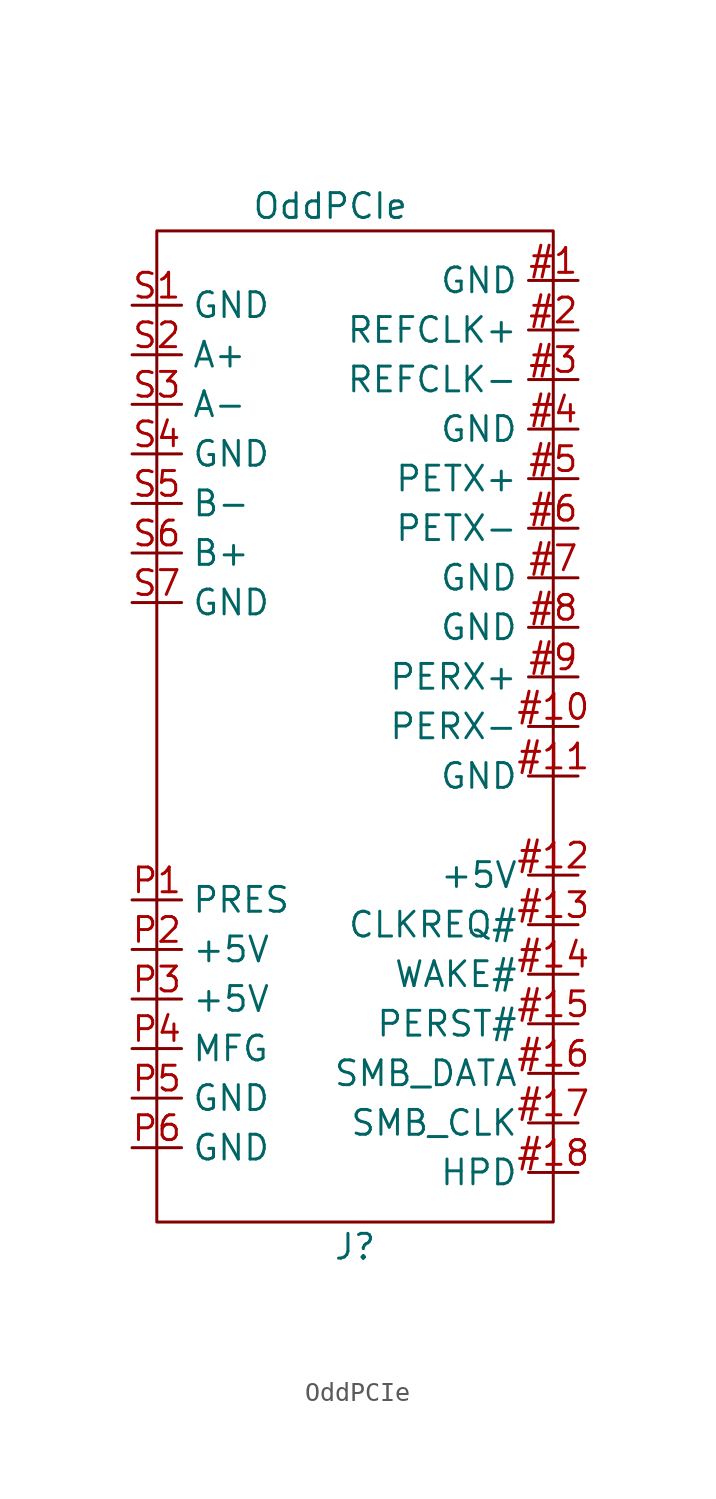
<source format=kicad_sym>
(kicad_symbol_lib
  (version 20211014)
  (generator kicad_symbol_editor)
  (symbol "OddPCIe"
    (property "Reference" "J"
      (at 0 -27.94 0)
      (effects (font (size 1.27 1.27))))
    (property "Value" "OddPCIe"
      (at -1.27 25.4 0)
      (effects (font (size 1.27 1.27))))
    (symbol "OddPCIe_0_1"
      (rectangle (start -10.16 24.13) (end 10.16 -26.67) (stroke (width 0) (type default) (color 0 0 0 0)) (fill (type none))))
    (symbol "OddPCIe_1_1"
      (pin input line (at 11.43 21.59 180) (length 2.54) (name "GND" (effects (font (size 1.27 1.27)))) (number "#1" (effects (font (size 1.27 1.27)))))
      (pin input line (at 11.43 -1.27 180) (length 2.54) (name "PERX-" (effects (font (size 1.27 1.27)))) (number "#10" (effects (font (size 1.27 1.27)))))
      (pin input line (at 11.43 -3.81 180) (length 2.54) (name "GND" (effects (font (size 1.27 1.27)))) (number "#11" (effects (font (size 1.27 1.27)))))
      (pin input line (at 11.43 -8.89 180) (length 2.54) (name "+5V" (effects (font (size 1.27 1.27)))) (number "#12" (effects (font (size 1.27 1.27)))))
      (pin input line (at 11.43 -11.43 180) (length 2.54) (name "CLKREQ#" (effects (font (size 1.27 1.27)))) (number "#13" (effects (font (size 1.27 1.27)))))
      (pin input line (at 11.43 -13.97 180) (length 2.54) (name "WAKE#" (effects (font (size 1.27 1.27)))) (number "#14" (effects (font (size 1.27 1.27)))))
      (pin input line (at 11.43 -16.51 180) (length 2.54) (name "PERST#" (effects (font (size 1.27 1.27)))) (number "#15" (effects (font (size 1.27 1.27)))))
      (pin input line (at 11.43 -19.05 180) (length 2.54) (name "SMB_DATA" (effects (font (size 1.27 1.27)))) (number "#16" (effects (font (size 1.27 1.27)))))
      (pin input line (at 11.43 -21.59 180) (length 2.54) (name "SMB_CLK" (effects (font (size 1.27 1.27)))) (number "#17" (effects (font (size 1.27 1.27)))))
      (pin input line (at 11.43 -24.13 180) (length 2.54) (name "HPD" (effects (font (size 1.27 1.27)))) (number "#18" (effects (font (size 1.27 1.27)))))
      (pin input line (at 11.43 19.05 180) (length 2.54) (name "REFCLK+" (effects (font (size 1.27 1.27)))) (number "#2" (effects (font (size 1.27 1.27)))))
      (pin input line (at 11.43 16.51 180) (length 2.54) (name "REFCLK-" (effects (font (size 1.27 1.27)))) (number "#3" (effects (font (size 1.27 1.27)))))
      (pin input line (at 11.43 13.97 180) (length 2.54) (name "GND" (effects (font (size 1.27 1.27)))) (number "#4" (effects (font (size 1.27 1.27)))))
      (pin input line (at 11.43 11.43 180) (length 2.54) (name "PETX+" (effects (font (size 1.27 1.27)))) (number "#5" (effects (font (size 1.27 1.27)))))
      (pin input line (at 11.43 8.89 180) (length 2.54) (name "PETX-" (effects (font (size 1.27 1.27)))) (number "#6" (effects (font (size 1.27 1.27)))))
      (pin input line (at 11.43 6.35 180) (length 2.54) (name "GND" (effects (font (size 1.27 1.27)))) (number "#7" (effects (font (size 1.27 1.27)))))
      (pin input line (at 11.43 3.81 180) (length 2.54) (name "GND" (effects (font (size 1.27 1.27)))) (number "#8" (effects (font (size 1.27 1.27)))))
      (pin input line (at 11.43 1.27 180) (length 2.54) (name "PERX+" (effects (font (size 1.27 1.27)))) (number "#9" (effects (font (size 1.27 1.27)))))
      (pin input line (at -11.43 -10.16 0) (length 2.54) (name "PRES" (effects (font (size 1.27 1.27)))) (number "P1" (effects (font (size 1.27 1.27)))))
      (pin input line (at -11.43 -12.7 0) (length 2.54) (name "+5V" (effects (font (size 1.27 1.27)))) (number "P2" (effects (font (size 1.27 1.27)))))
      (pin input line (at -11.43 -15.24 0) (length 2.54) (name "+5V" (effects (font (size 1.27 1.27)))) (number "P3" (effects (font (size 1.27 1.27)))))
      (pin input line (at -11.43 -17.78 0) (length 2.54) (name "MFG" (effects (font (size 1.27 1.27)))) (number "P4" (effects (font (size 1.27 1.27)))))
      (pin input line (at -11.43 -20.32 0) (length 2.54) (name "GND" (effects (font (size 1.27 1.27)))) (number "P5" (effects (font (size 1.27 1.27)))))
      (pin input line (at -11.43 -22.86 0) (length 2.54) (name "GND" (effects (font (size 1.27 1.27)))) (number "P6" (effects (font (size 1.27 1.27)))))
      (pin input line (at -11.43 20.32 0) (length 2.54) (name "GND" (effects (font (size 1.27 1.27)))) (number "S1" (effects (font (size 1.27 1.27)))))
      (pin input line (at -11.43 17.78 0) (length 2.54) (name "A+" (effects (font (size 1.27 1.27)))) (number "S2" (effects (font (size 1.27 1.27)))))
      (pin input line (at -11.43 15.24 0) (length 2.54) (name "A-" (effects (font (size 1.27 1.27)))) (number "S3" (effects (font (size 1.27 1.27)))))
      (pin input line (at -11.43 12.7 0) (length 2.54) (name "GND" (effects (font (size 1.27 1.27)))) (number "S4" (effects (font (size 1.27 1.27)))))
      (pin input line (at -11.43 10.16 0) (length 2.54) (name "B-" (effects (font (size 1.27 1.27)))) (number "S5" (effects (font (size 1.27 1.27)))))
      (pin input line (at -11.43 7.62 0) (length 2.54) (name "B+" (effects (font (size 1.27 1.27)))) (number "S6" (effects (font (size 1.27 1.27)))))
      (pin input line (at -11.43 5.08 0) (length 2.54) (name "GND" (effects (font (size 1.27 1.27)))) (number "S7" (effects (font (size 1.27 1.27))))))))
</source>
